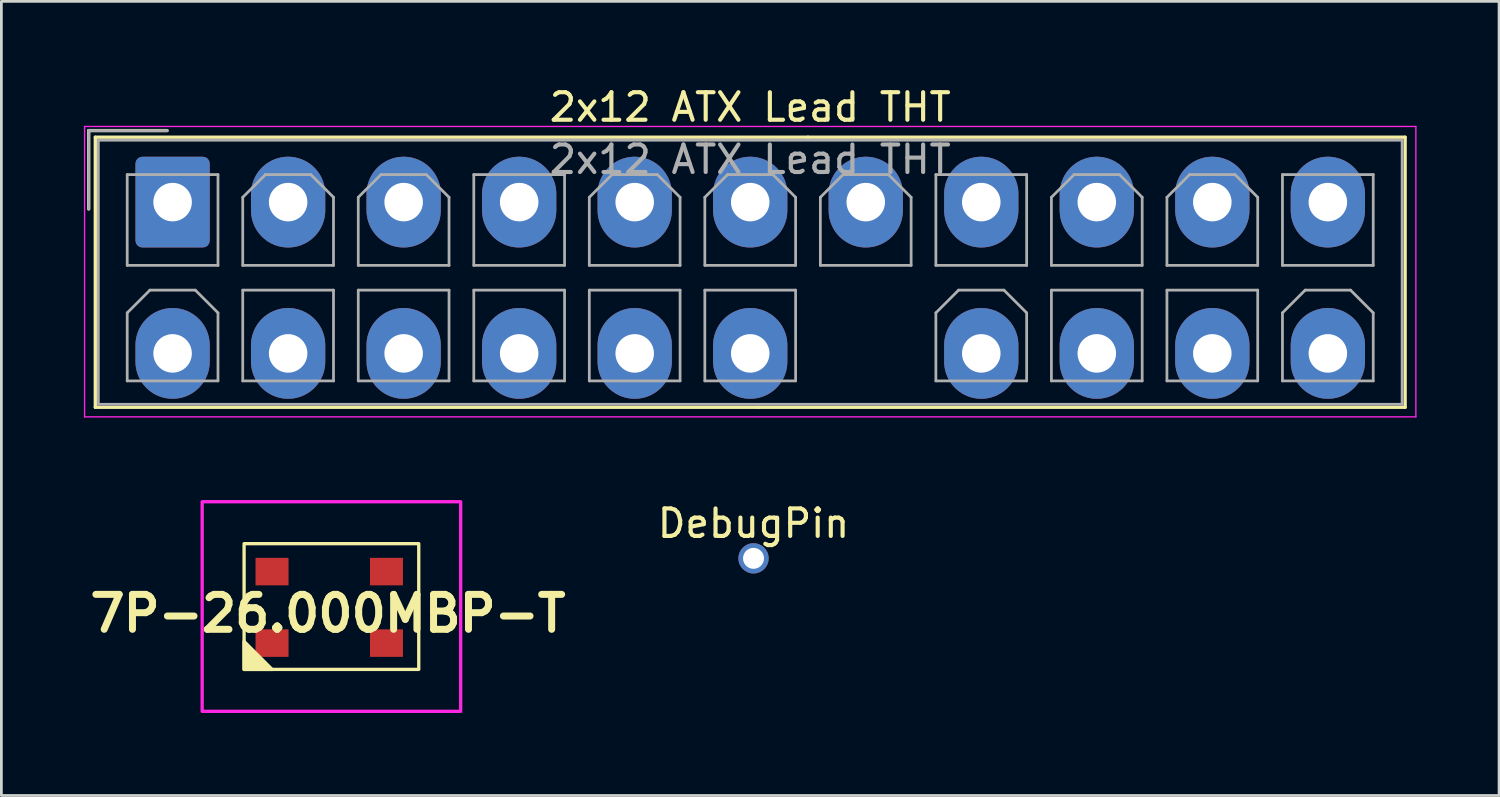
<source format=kicad_pcb>
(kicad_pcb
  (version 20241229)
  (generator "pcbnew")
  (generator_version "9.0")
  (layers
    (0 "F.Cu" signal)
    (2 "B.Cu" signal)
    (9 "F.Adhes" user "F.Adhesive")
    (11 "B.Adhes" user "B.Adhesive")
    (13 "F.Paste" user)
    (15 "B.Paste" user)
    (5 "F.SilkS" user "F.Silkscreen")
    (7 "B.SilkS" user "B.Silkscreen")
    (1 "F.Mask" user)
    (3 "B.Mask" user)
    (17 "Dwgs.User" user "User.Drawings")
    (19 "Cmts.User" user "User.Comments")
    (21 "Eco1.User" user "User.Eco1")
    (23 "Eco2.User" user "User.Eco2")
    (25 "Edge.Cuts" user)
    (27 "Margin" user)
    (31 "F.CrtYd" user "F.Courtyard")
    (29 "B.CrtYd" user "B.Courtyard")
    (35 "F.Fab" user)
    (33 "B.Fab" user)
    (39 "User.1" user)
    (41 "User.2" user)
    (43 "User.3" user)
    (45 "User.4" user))
  (footprint "2x12 ATX Lead THT"
    (layer "F.Cu")
    (at 3.225 4.298)
    (property "Reference" "2x12 ATX Lead THT" (at 21 -3.45 0) (layer "F.SilkS") (effects (font (size 1 1) (thickness 0.15))))
    (attr through_hole exclude_from_bom)
    (fp_line (start -3.05 -2.6) (end -3.05 0.25) (stroke (width 0.12) (type solid)) (layer "F.SilkS"))
    (fp_line (start -2.81 -2.36) (end -2.81 7.46) (stroke (width 0.12) (type solid)) (layer "F.SilkS"))
    (fp_line (start -2.81 7.46) (end 21.29 7.46) (stroke (width 0.12) (type solid)) (layer "F.SilkS"))
    (fp_line (start -0.2 -2.6) (end -3.05 -2.6) (stroke (width 0.12) (type solid)) (layer "F.SilkS"))
    (fp_line (start 23.1 -2.36) (end -2.81 -2.36) (stroke (width 0.12) (type solid)) (layer "F.SilkS"))
    (fp_line (start 23.1 -2.36) (end 44.81 -2.36) (stroke (width 0.12) (type solid)) (layer "F.SilkS"))
    (fp_line (start 44.81 -2.36) (end 44.81 7.46) (stroke (width 0.12) (type solid)) (layer "F.SilkS"))
    (fp_line (start 44.81 7.46) (end 21.29 7.46) (stroke (width 0.12) (type solid)) (layer "F.SilkS"))
    (fp_line (start -3.2 -2.75) (end -3.2 7.808) (stroke (width 0.05) (type solid)) (layer "F.CrtYd"))
    (fp_line (start -3.2 7.808) (end 45.2 7.808) (stroke (width 0.05) (type solid)) (layer "F.CrtYd"))
    (fp_line (start 45.2 -2.75) (end -3.2 -2.75) (stroke (width 0.05) (type solid)) (layer "F.CrtYd"))
    (fp_line (start 45.2 7.808) (end 45.2 -2.75) (stroke (width 0.05) (type solid)) (layer "F.CrtYd"))
    (fp_line (start -3.05 -2.6) (end -3.05 0.25) (stroke (width 0.1) (type solid)) (layer "F.Fab"))
    (fp_line (start -2.7 -2.25) (end -2.7 7.35) (stroke (width 0.1) (type solid)) (layer "F.Fab"))
    (fp_line (start -2.7 7.35) (end 44.7 7.35) (stroke (width 0.1) (type solid)) (layer "F.Fab"))
    (fp_line (start -1.65 -1) (end -1.65 2.3) (stroke (width 0.1) (type solid)) (layer "F.Fab"))
    (fp_line (start -1.65 2.3) (end 1.65 2.3) (stroke (width 0.1) (type solid)) (layer "F.Fab"))
    (fp_line (start -1.65 4.025) (end -0.825 3.2) (stroke (width 0.1) (type solid)) (layer "F.Fab"))
    (fp_line (start -1.65 6.5) (end -1.65 4.025) (stroke (width 0.1) (type solid)) (layer "F.Fab"))
    (fp_line (start -0.825 3.2) (end 0.825 3.2) (stroke (width 0.1) (type solid)) (layer "F.Fab"))
    (fp_line (start -0.2 -2.6) (end -3.05 -2.6) (stroke (width 0.1) (type solid)) (layer "F.Fab"))
    (fp_line (start 0.825 3.2) (end 1.65 4.025) (stroke (width 0.1) (type solid)) (layer "F.Fab"))
    (fp_line (start 1.65 -1) (end -1.65 -1) (stroke (width 0.1) (type solid)) (layer "F.Fab"))
    (fp_line (start 1.65 2.3) (end 1.65 -1) (stroke (width 0.1) (type solid)) (layer "F.Fab"))
    (fp_line (start 1.65 4.025) (end 1.65 6.5) (stroke (width 0.1) (type solid)) (layer "F.Fab"))
    (fp_line (start 1.65 6.5) (end -1.65 6.5) (stroke (width 0.1) (type solid)) (layer "F.Fab"))
    (fp_line (start 2.55 -0.175) (end 3.375 -1) (stroke (width 0.1) (type solid)) (layer "F.Fab"))
    (fp_line (start 2.55 2.3) (end 2.55 -0.175) (stroke (width 0.1) (type solid)) (layer "F.Fab"))
    (fp_line (start 2.55 3.2) (end 2.55 6.5) (stroke (width 0.1) (type solid)) (layer "F.Fab"))
    (fp_line (start 2.55 6.5) (end 5.85 6.5) (stroke (width 0.1) (type solid)) (layer "F.Fab"))
    (fp_line (start 3.375 -1) (end 5.025 -1) (stroke (width 0.1) (type solid)) (layer "F.Fab"))
    (fp_line (start 5.025 -1) (end 5.85 -0.175) (stroke (width 0.1) (type solid)) (layer "F.Fab"))
    (fp_line (start 5.85 -0.175) (end 5.85 2.3) (stroke (width 0.1) (type solid)) (layer "F.Fab"))
    (fp_line (start 5.85 2.3) (end 2.55 2.3) (stroke (width 0.1) (type solid)) (layer "F.Fab"))
    (fp_line (start 5.85 3.2) (end 2.55 3.2) (stroke (width 0.1) (type solid)) (layer "F.Fab"))
    (fp_line (start 5.85 6.5) (end 5.85 3.2) (stroke (width 0.1) (type solid)) (layer "F.Fab"))
    (fp_line (start 6.75 -0.175) (end 7.575 -1) (stroke (width 0.1) (type solid)) (layer "F.Fab"))
    (fp_line (start 6.75 2.3) (end 6.75 -0.175) (stroke (width 0.1) (type solid)) (layer "F.Fab"))
    (fp_line (start 6.75 3.2) (end 6.75 6.5) (stroke (width 0.1) (type solid)) (layer "F.Fab"))
    (fp_line (start 6.75 6.5) (end 10.05 6.5) (stroke (width 0.1) (type solid)) (layer "F.Fab"))
    (fp_line (start 7.575 -1) (end 9.225 -1) (stroke (width 0.1) (type solid)) (layer "F.Fab"))
    (fp_line (start 9.225 -1) (end 10.05 -0.175) (stroke (width 0.1) (type solid)) (layer "F.Fab"))
    (fp_line (start 10.05 -0.175) (end 10.05 2.3) (stroke (width 0.1) (type solid)) (layer "F.Fab"))
    (fp_line (start 10.05 2.3) (end 6.75 2.3) (stroke (width 0.1) (type solid)) (layer "F.Fab"))
    (fp_line (start 10.05 3.2) (end 6.75 3.2) (stroke (width 0.1) (type solid)) (layer "F.Fab"))
    (fp_line (start 10.05 6.5) (end 10.05 3.2) (stroke (width 0.1) (type solid)) (layer "F.Fab"))
    (fp_line (start 10.95 -1) (end 10.95 2.3) (stroke (width 0.1) (type solid)) (layer "F.Fab"))
    (fp_line (start 10.95 2.3) (end 14.25 2.3) (stroke (width 0.1) (type solid)) (layer "F.Fab"))
    (fp_line (start 10.95 3.2) (end 10.95 6.5) (stroke (width 0.1) (type solid)) (layer "F.Fab"))
    (fp_line (start 10.95 6.5) (end 14.25 6.5) (stroke (width 0.1) (type solid)) (layer "F.Fab"))
    (fp_line (start 14.25 -1) (end 10.95 -1) (stroke (width 0.1) (type solid)) (layer "F.Fab"))
    (fp_line (start 14.25 2.3) (end 14.25 -1) (stroke (width 0.1) (type solid)) (layer "F.Fab"))
    (fp_line (start 14.25 3.2) (end 10.95 3.2) (stroke (width 0.1) (type solid)) (layer "F.Fab"))
    (fp_line (start 14.25 6.5) (end 14.25 3.2) (stroke (width 0.1) (type solid)) (layer "F.Fab"))
    (fp_line (start 15.15 -0.175) (end 15.975 -1) (stroke (width 0.1) (type solid)) (layer "F.Fab"))
    (fp_line (start 15.15 2.3) (end 15.15 -0.175) (stroke (width 0.1) (type solid)) (layer "F.Fab"))
    (fp_line (start 15.15 3.2) (end 15.15 6.5) (stroke (width 0.1) (type solid)) (layer "F.Fab"))
    (fp_line (start 15.15 6.5) (end 18.45 6.5) (stroke (width 0.1) (type solid)) (layer "F.Fab"))
    (fp_line (start 15.975 -1) (end 17.625 -1) (stroke (width 0.1) (type solid)) (layer "F.Fab"))
    (fp_line (start 17.625 -1) (end 18.45 -0.175) (stroke (width 0.1) (type solid)) (layer "F.Fab"))
    (fp_line (start 18.45 -0.175) (end 18.45 2.3) (stroke (width 0.1) (type solid)) (layer "F.Fab"))
    (fp_line (start 18.45 2.3) (end 15.15 2.3) (stroke (width 0.1) (type solid)) (layer "F.Fab"))
    (fp_line (start 18.45 3.2) (end 15.15 3.2) (stroke (width 0.1) (type solid)) (layer "F.Fab"))
    (fp_line (start 18.45 6.5) (end 18.45 3.2) (stroke (width 0.1) (type solid)) (layer "F.Fab"))
    (fp_line (start 19.35 -0.175) (end 20.175 -1) (stroke (width 0.1) (type solid)) (layer "F.Fab"))
    (fp_line (start 19.35 2.3) (end 19.35 -0.175) (stroke (width 0.1) (type solid)) (layer "F.Fab"))
    (fp_line (start 19.35 3.2) (end 19.35 6.5) (stroke (width 0.1) (type solid)) (layer "F.Fab"))
    (fp_line (start 19.35 6.5) (end 22.65 6.5) (stroke (width 0.1) (type solid)) (layer "F.Fab"))
    (fp_line (start 20.175 -1) (end 21.825 -1) (stroke (width 0.1) (type solid)) (layer "F.Fab"))
    (fp_line (start 21.825 -1) (end 22.65 -0.175) (stroke (width 0.1) (type solid)) (layer "F.Fab"))
    (fp_line (start 22.65 -0.175) (end 22.65 2.3) (stroke (width 0.1) (type solid)) (layer "F.Fab"))
    (fp_line (start 22.65 2.3) (end 19.35 2.3) (stroke (width 0.1) (type solid)) (layer "F.Fab"))
    (fp_line (start 22.65 3.2) (end 19.35 3.2) (stroke (width 0.1) (type solid)) (layer "F.Fab"))
    (fp_line (start 22.65 6.5) (end 22.65 3.2) (stroke (width 0.1) (type solid)) (layer "F.Fab"))
    (fp_line (start 23.55 -0.175) (end 24.375 -1) (stroke (width 0.1) (type solid)) (layer "F.Fab"))
    (fp_line (start 23.55 2.3) (end 23.55 -0.175) (stroke (width 0.1) (type solid)) (layer "F.Fab"))
    (fp_line (start 24.375 -1) (end 26.025 -1) (stroke (width 0.1) (type solid)) (layer "F.Fab"))
    (fp_line (start 26.025 -1) (end 26.85 -0.175) (stroke (width 0.1) (type solid)) (layer "F.Fab"))
    (fp_line (start 26.85 -0.175) (end 26.85 2.3) (stroke (width 0.1) (type solid)) (layer "F.Fab"))
    (fp_line (start 26.85 2.3) (end 23.55 2.3) (stroke (width 0.1) (type solid)) (layer "F.Fab"))
    (fp_line (start 27.75 -1) (end 27.75 2.3) (stroke (width 0.1) (type solid)) (layer "F.Fab"))
    (fp_line (start 27.75 2.3) (end 31.05 2.3) (stroke (width 0.1) (type solid)) (layer "F.Fab"))
    (fp_line (start 27.75 4.025) (end 28.575 3.2) (stroke (width 0.1) (type solid)) (layer "F.Fab"))
    (fp_line (start 27.75 6.5) (end 27.75 4.025) (stroke (width 0.1) (type solid)) (layer "F.Fab"))
    (fp_line (start 28.575 3.2) (end 30.225 3.2) (stroke (width 0.1) (type solid)) (layer "F.Fab"))
    (fp_line (start 30.225 3.2) (end 31.05 4.025) (stroke (width 0.1) (type solid)) (layer "F.Fab"))
    (fp_line (start 31.05 -1) (end 27.75 -1) (stroke (width 0.1) (type solid)) (layer "F.Fab"))
    (fp_line (start 31.05 2.3) (end 31.05 -1) (stroke (width 0.1) (type solid)) (layer "F.Fab"))
    (fp_line (start 31.05 4.025) (end 31.05 6.5) (stroke (width 0.1) (type solid)) (layer "F.Fab"))
    (fp_line (start 31.05 6.5) (end 27.75 6.5) (stroke (width 0.1) (type solid)) (layer "F.Fab"))
    (fp_line (start 31.95 -0.175) (end 32.775 -1) (stroke (width 0.1) (type solid)) (layer "F.Fab"))
    (fp_line (start 31.95 2.3) (end 31.95 -0.175) (stroke (width 0.1) (type solid)) (layer "F.Fab"))
    (fp_line (start 31.95 3.2) (end 31.95 6.5) (stroke (width 0.1) (type solid)) (layer "F.Fab"))
    (fp_line (start 31.95 6.5) (end 35.25 6.5) (stroke (width 0.1) (type solid)) (layer "F.Fab"))
    (fp_line (start 32.775 -1) (end 34.425 -1) (stroke (width 0.1) (type solid)) (layer "F.Fab"))
    (fp_line (start 34.425 -1) (end 35.25 -0.175) (stroke (width 0.1) (type solid)) (layer "F.Fab"))
    (fp_line (start 35.25 -0.175) (end 35.25 2.3) (stroke (width 0.1) (type solid)) (layer "F.Fab"))
    (fp_line (start 35.25 2.3) (end 31.95 2.3) (stroke (width 0.1) (type solid)) (layer "F.Fab"))
    (fp_line (start 35.25 3.2) (end 31.95 3.2) (stroke (width 0.1) (type solid)) (layer "F.Fab"))
    (fp_line (start 35.25 6.5) (end 35.25 3.2) (stroke (width 0.1) (type solid)) (layer "F.Fab"))
    (fp_line (start 36.15 -0.175) (end 36.975 -1) (stroke (width 0.1) (type solid)) (layer "F.Fab"))
    (fp_line (start 36.15 2.3) (end 36.15 -0.175) (stroke (width 0.1) (type solid)) (layer "F.Fab"))
    (fp_line (start 36.15 3.2) (end 36.15 6.5) (stroke (width 0.1) (type solid)) (layer "F.Fab"))
    (fp_line (start 36.15 6.5) (end 39.45 6.5) (stroke (width 0.1) (type solid)) (layer "F.Fab"))
    (fp_line (start 36.975 -1) (end 38.625 -1) (stroke (width 0.1) (type solid)) (layer "F.Fab"))
    (fp_line (start 38.625 -1) (end 39.45 -0.175) (stroke (width 0.1) (type solid)) (layer "F.Fab"))
    (fp_line (start 39.45 -0.175) (end 39.45 2.3) (stroke (width 0.1) (type solid)) (layer "F.Fab"))
    (fp_line (start 39.45 2.3) (end 36.15 2.3) (stroke (width 0.1) (type solid)) (layer "F.Fab"))
    (fp_line (start 39.45 3.2) (end 36.15 3.2) (stroke (width 0.1) (type solid)) (layer "F.Fab"))
    (fp_line (start 39.45 6.5) (end 39.45 3.2) (stroke (width 0.1) (type solid)) (layer "F.Fab"))
    (fp_line (start 40.35 -1) (end 40.35 2.3) (stroke (width 0.1) (type solid)) (layer "F.Fab"))
    (fp_line (start 40.35 2.3) (end 43.65 2.3) (stroke (width 0.1) (type solid)) (layer "F.Fab"))
    (fp_line (start 40.35 4.025) (end 41.175 3.2) (stroke (width 0.1) (type solid)) (layer "F.Fab"))
    (fp_line (start 40.35 6.5) (end 40.35 4.025) (stroke (width 0.1) (type solid)) (layer "F.Fab"))
    (fp_line (start 41.175 3.2) (end 42.825 3.2) (stroke (width 0.1) (type solid)) (layer "F.Fab"))
    (fp_line (start 42.825 3.2) (end 43.65 4.025) (stroke (width 0.1) (type solid)) (layer "F.Fab"))
    (fp_line (start 43.65 -1) (end 40.35 -1) (stroke (width 0.1) (type solid)) (layer "F.Fab"))
    (fp_line (start 43.65 2.3) (end 43.65 -1) (stroke (width 0.1) (type solid)) (layer "F.Fab"))
    (fp_line (start 43.65 4.025) (end 43.65 6.5) (stroke (width 0.1) (type solid)) (layer "F.Fab"))
    (fp_line (start 43.65 6.5) (end 40.35 6.5) (stroke (width 0.1) (type solid)) (layer "F.Fab"))
    (fp_line (start 44.7 -2.25) (end -2.7 -2.25) (stroke (width 0.1) (type solid)) (layer "F.Fab"))
    (fp_line (start 44.7 7.35) (end 44.7 -2.25) (stroke (width 0.1) (type solid)) (layer "F.Fab"))
    (fp_text user "${REFERENCE}" (at 21 -1.55 0) (layer "F.Fab") (effects (font (size 1 1) (thickness 0.15))))
    (pad "1" thru_hole roundrect (at 0 0) (size 2.7 3.3) (drill 1.4) (layers "*.Cu" "*.Mask") (roundrect_rratio 0.093))
    (pad "2" thru_hole oval (at 4.2 0) (size 2.7 3.3) (drill 1.4) (layers "*.Cu" "*.Mask"))
    (pad "3" thru_hole oval (at 8.4 0) (size 2.7 3.3) (drill 1.4) (layers "*.Cu" "*.Mask"))
    (pad "4" thru_hole oval (at 12.6 0) (size 2.7 3.3) (drill 1.4) (layers "*.Cu" "*.Mask"))
    (pad "5" thru_hole oval (at 12.6 5.5) (size 2.7 3.3) (drill 1.4) (layers "*.Cu" "*.Mask"))
    (pad "6" thru_hole oval (at 21 0) (size 2.7 3.3) (drill 1.4) (layers "*.Cu" "*.Mask"))
    (pad "7" thru_hole oval (at 25.2 0) (size 2.7 3.3) (drill 1.4) (layers "*.Cu" "*.Mask"))
    (pad "8" thru_hole oval (at 29.4 0) (size 2.7 3.3) (drill 1.4) (layers "*.Cu" "*.Mask"))
    (pad "10" thru_hole oval (at 33.6 0) (size 2.7 3.3) (drill 1.4) (layers "*.Cu" "*.Mask"))
    (pad "11" thru_hole oval (at 37.8 0) (size 2.7 3.3) (drill 1.4) (layers "*.Cu" "*.Mask"))
    (pad "12" thru_hole oval (at 42 0) (size 2.7 3.3) (drill 1.4) (layers "*.Cu" "*.Mask"))
    (pad "13" thru_hole oval (at 0 5.5) (size 2.7 3.3) (drill 1.4) (layers "*.Cu" "*.Mask"))
    (pad "14" thru_hole oval (at 4.2 5.5) (size 2.7 3.3) (drill 1.4) (layers "*.Cu" "*.Mask"))
    (pad "15" thru_hole oval (at 8.4 5.5) (size 2.7 3.3) (drill 1.4) (layers "*.Cu" "*.Mask"))
    (pad "17" thru_hole oval (at 16.8 0) (size 2.7 3.3) (drill 1.4) (layers "*.Cu" "*.Mask"))
    (pad "18" thru_hole oval (at 16.8 5.5) (size 2.7 3.3) (drill 1.4) (layers "*.Cu" "*.Mask"))
    (pad "19" thru_hole oval (at 21 5.5) (size 2.7 3.3) (drill 1.4) (layers "*.Cu" "*.Mask"))
    (pad "21" thru_hole oval (at 29.4 5.5) (size 2.7 3.3) (drill 1.4) (layers "*.Cu" "*.Mask"))
    (pad "22" thru_hole oval (at 33.6 5.5) (size 2.7 3.3) (drill 1.4) (layers "*.Cu" "*.Mask"))
    (pad "23" thru_hole oval (at 37.8 5.5) (size 2.7 3.3) (drill 1.4) (layers "*.Cu" "*.Mask"))
    (pad "24" thru_hole oval (at 42 5.5) (size 2.7 3.3) (drill 1.4) (layers "*.Cu" "*.Mask")))
  (footprint "7P-26.000MBP-T"
    (layer "F.Cu")
    (at 5.824 16.715)
    (property "Reference" "7P-26.000MBP-T" (at 3.048 2.54 0) (unlocked yes) (layer "F.SilkS") (effects (font (size 1.27 1.27) (thickness 0.254) (bold yes))))
    (attr smd)
    (fp_poly (pts (xy 0 4.572) (xy 0 3.556) (xy 1.016 4.572)) (stroke (width 0.12) (type solid)) (fill yes) (layer "F.SilkS"))
    (fp_poly (pts (xy 6.35 4.572) (xy 6.35 0) (xy 0 0) (xy 0 4.572)) (stroke (width 0.12) (type solid)) (fill no) (layer "F.SilkS"))
    (fp_poly (pts (xy -1.524 -1.524) (xy -1.524 6.096) (xy 7.874 6.096) (xy 7.874 -1.524)) (stroke (width 0.12) (type solid)) (fill no) (layer "F.CrtYd"))
    (pad "1" smd roundrect (at 1.016 3.616) (size 1.2 1) (layers "F.Cu" "F.Mask" "F.Paste") (roundrect_rratio 0) (chamfer_ratio 0.2) (chamfer bottom_left))
    (pad "3" smd rect (at 5.176 3.616) (size 1.2 1) (layers "F.Cu" "F.Mask" "F.Paste"))
    (pad "4" smd rect (at 5.176 1.016) (size 1.2 1) (layers "F.Cu" "F.Mask" "F.Paste"))
    (pad "6" smd rect (at 1.016 1.016) (size 1.2 1) (layers "F.Cu" "F.Mask" "F.Paste"))
    (zone (net_name "") (layers "F.Cu" "B.Cu") (name "NO_INTERACT") (hatch edge 0.5) (connect_pads) (min_thickness 0.25) (filled_areas_thickness no) (keepout (tracks allowed) (vias not_allowed) (pads not_allowed) (copperpour allowed) (footprints not_allowed)) (placement (enabled no)) (fill) (polygon (pts (xy 4.308 15.22) (xy 4.272 22.795) (xy 13.689 22.819) (xy 13.689 15.208)))))
  (footprint "DebugPin"
    (layer "F.Cu")
    (at 24.345 17.249)
    (property "Reference" "DebugPin" (at 0 -1.27 0) (unlocked yes) (layer "F.SilkS") (effects (font (size 1 1) (thickness 0.15))))
    (attr through_hole exclude_from_bom)
    (pad "1" thru_hole circle (at 0 0) (size 1.1 1.1) (drill 0.762) (layers "*.Cu" "*.Mask")))
  (gr_rect
    (start -3 -3)
    (end 51.45 25.871)
    (stroke (width 0.1) (type default))
    (fill no)
    (layer "Edge.Cuts")))
</source>
